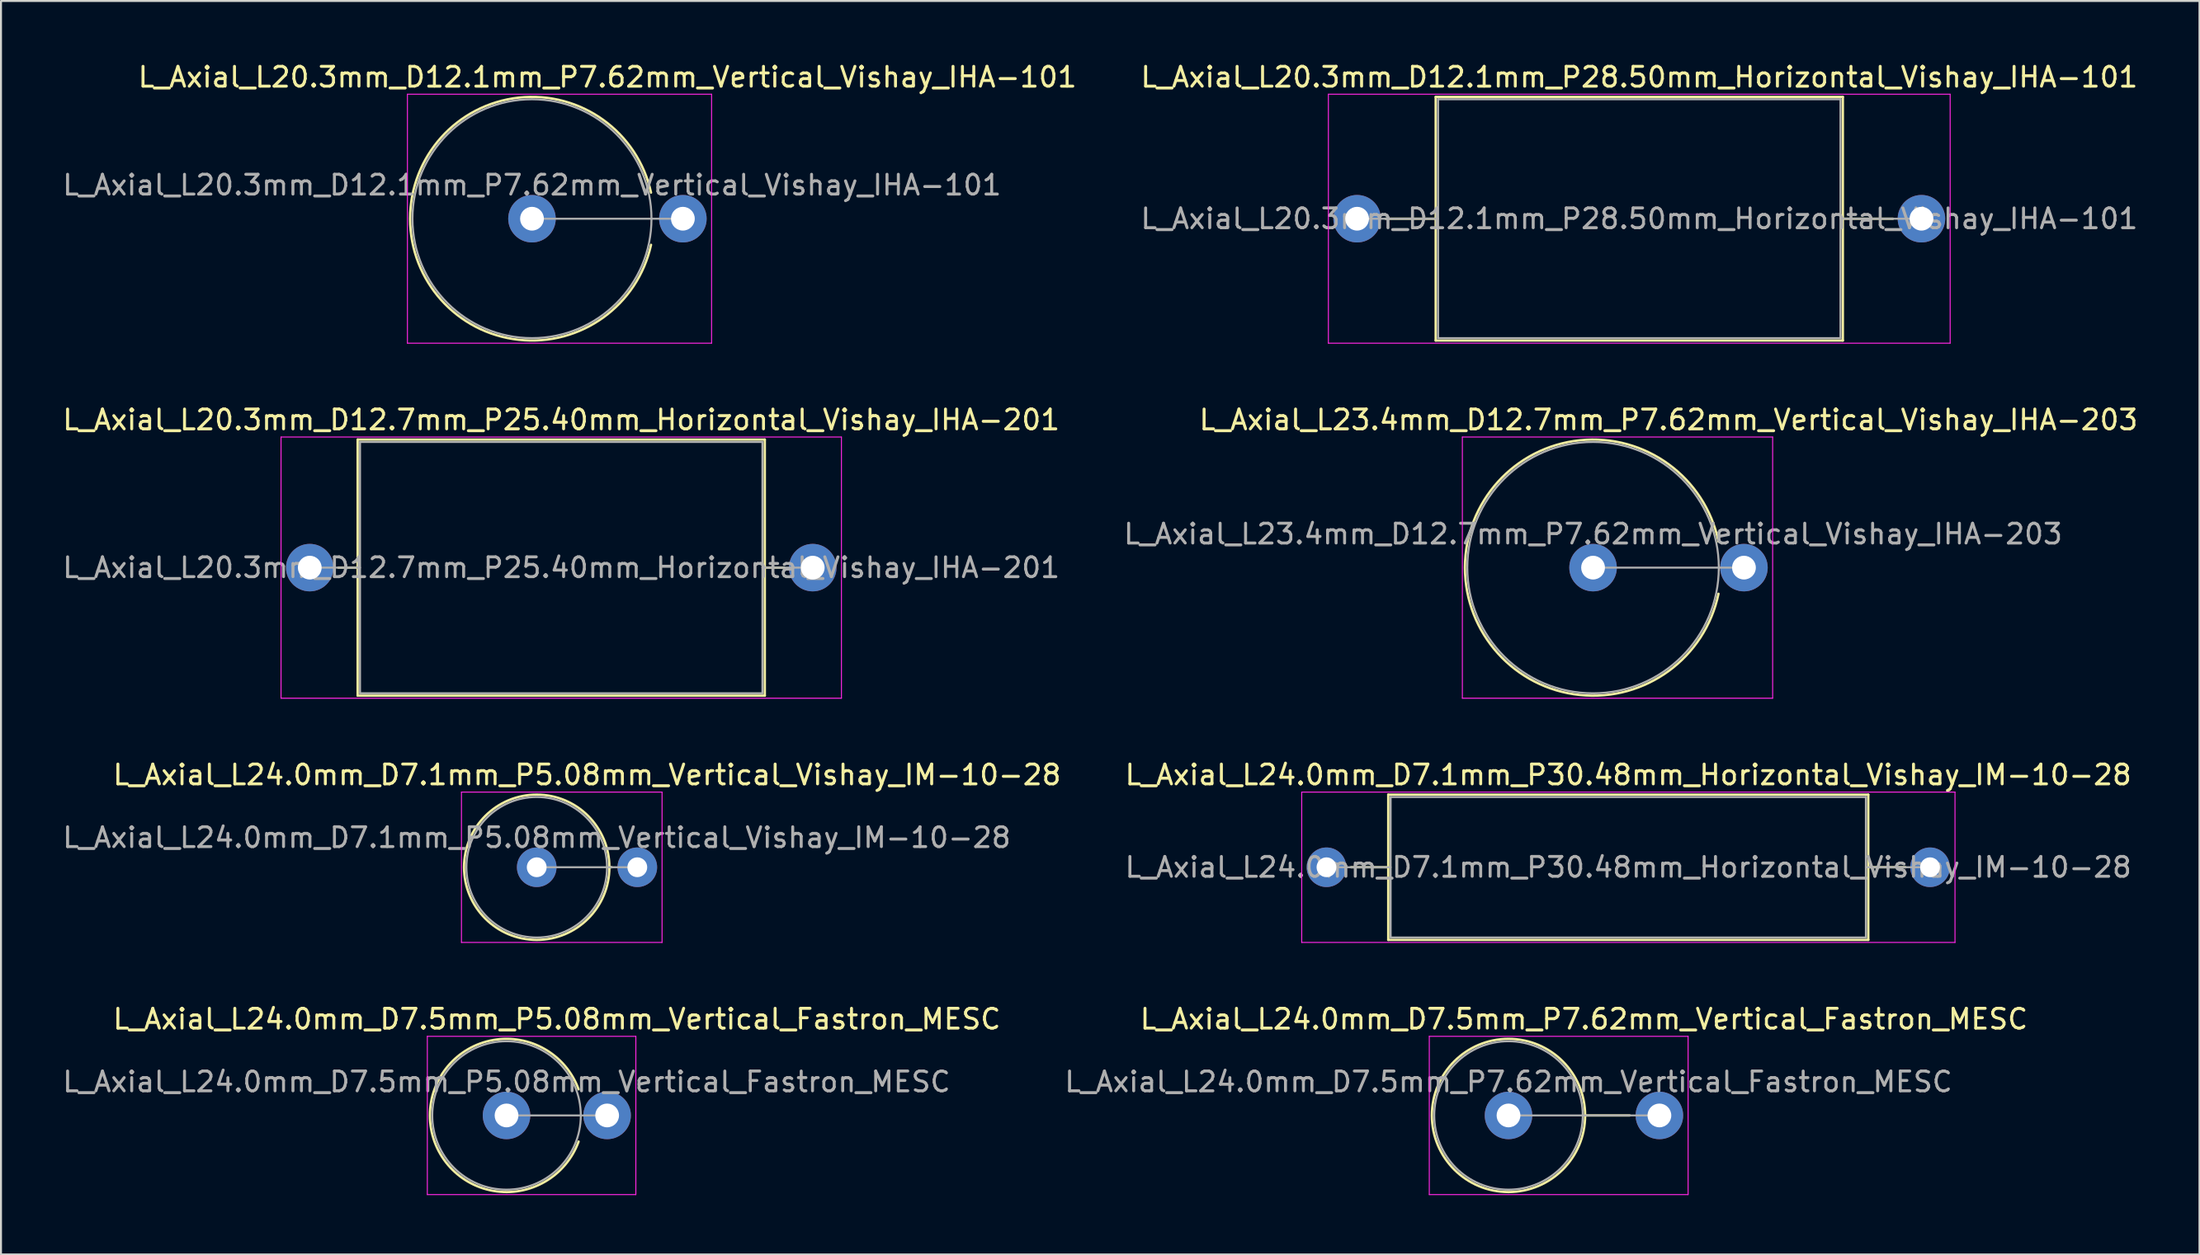
<source format=kicad_pcb>
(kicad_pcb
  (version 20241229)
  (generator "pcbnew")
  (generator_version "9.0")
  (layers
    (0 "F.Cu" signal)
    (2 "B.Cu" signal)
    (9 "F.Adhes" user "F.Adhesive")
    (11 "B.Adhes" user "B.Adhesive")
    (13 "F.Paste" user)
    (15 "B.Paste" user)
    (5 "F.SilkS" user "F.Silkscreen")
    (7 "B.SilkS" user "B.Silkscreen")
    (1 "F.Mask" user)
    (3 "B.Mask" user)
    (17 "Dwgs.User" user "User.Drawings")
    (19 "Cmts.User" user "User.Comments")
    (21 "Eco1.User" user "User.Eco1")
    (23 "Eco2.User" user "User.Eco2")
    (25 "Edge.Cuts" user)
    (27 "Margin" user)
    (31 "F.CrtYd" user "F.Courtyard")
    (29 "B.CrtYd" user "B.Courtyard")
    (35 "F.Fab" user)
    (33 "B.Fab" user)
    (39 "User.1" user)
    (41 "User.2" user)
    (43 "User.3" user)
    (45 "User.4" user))
  (footprint "L_Axial_L20.3mm_D12.7mm_P25.40mm_Horizontal_Vishay_IHA-201"
    (layer "F.Cu")
    (at 12.592 25.637)
    (property "Reference" "L_Axial_L20.3mm_D12.7mm_P25.40mm_Horizontal_Vishay_IHA-201" (at 12.7 -7.47 0) (layer "F.SilkS") (effects (font (size 1 1) (thickness 0.15))))
    (attr through_hole)
    (fp_line (start 1.44 0) (end 2.42 0) (stroke (width 0.12) (type solid)) (layer "F.SilkS"))
    (fp_line (start 2.42 -6.47) (end 2.42 6.47) (stroke (width 0.12) (type solid)) (layer "F.SilkS"))
    (fp_line (start 2.42 6.47) (end 22.98 6.47) (stroke (width 0.12) (type solid)) (layer "F.SilkS"))
    (fp_line (start 22.98 -6.47) (end 2.42 -6.47) (stroke (width 0.12) (type solid)) (layer "F.SilkS"))
    (fp_line (start 22.98 6.47) (end 22.98 -6.47) (stroke (width 0.12) (type solid)) (layer "F.SilkS"))
    (fp_line (start 23.96 0) (end 22.98 0) (stroke (width 0.12) (type solid)) (layer "F.SilkS"))
    (fp_line (start -1.45 -6.6) (end -1.45 6.6) (stroke (width 0.05) (type solid)) (layer "F.CrtYd"))
    (fp_line (start -1.45 6.6) (end 26.85 6.6) (stroke (width 0.05) (type solid)) (layer "F.CrtYd"))
    (fp_line (start 26.85 -6.6) (end -1.45 -6.6) (stroke (width 0.05) (type solid)) (layer "F.CrtYd"))
    (fp_line (start 26.85 6.6) (end 26.85 -6.6) (stroke (width 0.05) (type solid)) (layer "F.CrtYd"))
    (fp_line (start 0 0) (end 2.54 0) (stroke (width 0.1) (type solid)) (layer "F.Fab"))
    (fp_line (start 2.54 -6.35) (end 2.54 6.35) (stroke (width 0.1) (type solid)) (layer "F.Fab"))
    (fp_line (start 2.54 6.35) (end 22.86 6.35) (stroke (width 0.1) (type solid)) (layer "F.Fab"))
    (fp_line (start 22.86 -6.35) (end 2.54 -6.35) (stroke (width 0.1) (type solid)) (layer "F.Fab"))
    (fp_line (start 22.86 6.35) (end 22.86 -6.35) (stroke (width 0.1) (type solid)) (layer "F.Fab"))
    (fp_line (start 25.4 0) (end 22.86 0) (stroke (width 0.1) (type solid)) (layer "F.Fab"))
    (fp_text user "${REFERENCE}" (at 12.7 0 0) (layer "F.Fab") (effects (font (size 1 1) (thickness 0.15))))
    (pad "1" thru_hole circle (at 0 0) (size 2.4 2.4) (drill 1.2) (layers "*.Cu" "*.Mask"))
    (pad "2" thru_hole oval (at 25.4 0) (size 2.4 2.4) (drill 1.2) (layers "*.Cu" "*.Mask")))
  (footprint "L_Axial_L24.0mm_D7.5mm_P7.62mm_Vertical_Fastron_MESC"
    (layer "F.Cu")
    (at 73.129 53.323)
    (property "Reference" "L_Axial_L24.0mm_D7.5mm_P7.62mm_Vertical_Fastron_MESC" (at 3.81 -4.87 0) (layer "F.SilkS") (effects (font (size 1 1) (thickness 0.15))))
    (attr through_hole)
    (fp_line (start 3.87 0) (end 6.12 0) (stroke (width 0.12) (type solid)) (layer "F.SilkS"))
    (fp_circle (center 0 0) (end 3.87 0) (stroke (width 0.12) (type solid)) (fill no) (layer "F.SilkS"))
    (fp_line (start -4 -4) (end -4 4) (stroke (width 0.05) (type solid)) (layer "F.CrtYd"))
    (fp_line (start -4 4) (end 9.07 4) (stroke (width 0.05) (type solid)) (layer "F.CrtYd"))
    (fp_line (start 9.07 -4) (end -4 -4) (stroke (width 0.05) (type solid)) (layer "F.CrtYd"))
    (fp_line (start 9.07 4) (end 9.07 -4) (stroke (width 0.05) (type solid)) (layer "F.CrtYd"))
    (fp_line (start 0 0) (end 7.62 0) (stroke (width 0.1) (type solid)) (layer "F.Fab"))
    (fp_circle (center 0 0) (end 3.75 0) (stroke (width 0.1) (type solid)) (fill no) (layer "F.Fab"))
    (fp_text user "${REFERENCE}" (at 0 -1.7 0) (layer "F.Fab") (effects (font (size 1 1) (thickness 0.15))))
    (pad "1" thru_hole circle (at 0 0) (size 2.4 2.4) (drill 1.2) (layers "*.Cu" "*.Mask"))
    (pad "2" thru_hole oval (at 7.62 0) (size 2.4 2.4) (drill 1.2) (layers "*.Cu" "*.Mask")))
  (footprint "L_Axial_L24.0mm_D7.1mm_P5.08mm_Vertical_Vishay_IM-10-28"
    (layer "F.Cu")
    (at 24.054 40.78)
    (property "Reference" "L_Axial_L24.0mm_D7.1mm_P5.08mm_Vertical_Vishay_IM-10-28" (at 2.54 -4.67 0) (layer "F.SilkS") (effects (font (size 1 1) (thickness 0.15))))
    (attr through_hole)
    (fp_line (start 3.67 0) (end 3.78 0) (stroke (width 0.12) (type solid)) (layer "F.SilkS"))
    (fp_circle (center 0 0) (end 3.67 0) (stroke (width 0.12) (type solid)) (fill no) (layer "F.SilkS"))
    (fp_line (start -3.8 -3.8) (end -3.8 3.8) (stroke (width 0.05) (type solid)) (layer "F.CrtYd"))
    (fp_line (start -3.8 3.8) (end 6.33 3.8) (stroke (width 0.05) (type solid)) (layer "F.CrtYd"))
    (fp_line (start 6.33 -3.8) (end -3.8 -3.8) (stroke (width 0.05) (type solid)) (layer "F.CrtYd"))
    (fp_line (start 6.33 3.8) (end 6.33 -3.8) (stroke (width 0.05) (type solid)) (layer "F.CrtYd"))
    (fp_line (start 0 0) (end 5.08 0) (stroke (width 0.1) (type solid)) (layer "F.Fab"))
    (fp_circle (center 0 0) (end 3.55 0) (stroke (width 0.1) (type solid)) (fill no) (layer "F.Fab"))
    (fp_text user "${REFERENCE}" (at 0 -1.5 0) (layer "F.Fab") (effects (font (size 1 1) (thickness 0.15))))
    (pad "1" thru_hole circle (at 0 0) (size 2 2) (drill 1) (layers "*.Cu" "*.Mask"))
    (pad "2" thru_hole oval (at 5.08 0) (size 2 2) (drill 1) (layers "*.Cu" "*.Mask")))
  (footprint "L_Axial_L24.0mm_D7.5mm_P5.08mm_Vertical_Fastron_MESC"
    (layer "F.Cu")
    (at 22.53 53.323)
    (property "Reference" "L_Axial_L24.0mm_D7.5mm_P5.08mm_Vertical_Fastron_MESC" (at 2.54 -4.87 0) (layer "F.SilkS") (effects (font (size 1 1) (thickness 0.15))))
    (attr through_hole)
    (fp_arc (start 3.637925 1.32) (mid -3.87 0) (end 3.637925 -1.32) (stroke (width 0.12) (type solid)) (layer "F.SilkS"))
    (fp_line (start -4 -4) (end -4 4) (stroke (width 0.05) (type solid)) (layer "F.CrtYd"))
    (fp_line (start -4 4) (end 6.53 4) (stroke (width 0.05) (type solid)) (layer "F.CrtYd"))
    (fp_line (start 6.53 -4) (end -4 -4) (stroke (width 0.05) (type solid)) (layer "F.CrtYd"))
    (fp_line (start 6.53 4) (end 6.53 -4) (stroke (width 0.05) (type solid)) (layer "F.CrtYd"))
    (fp_line (start 0 0) (end 5.08 0) (stroke (width 0.1) (type solid)) (layer "F.Fab"))
    (fp_circle (center 0 0) (end 3.75 0) (stroke (width 0.1) (type solid)) (fill no) (layer "F.Fab"))
    (fp_text user "${REFERENCE}" (at 0 -1.7 0) (layer "F.Fab") (effects (font (size 1 1) (thickness 0.15))))
    (pad "1" thru_hole circle (at 0 0) (size 2.4 2.4) (drill 1.2) (layers "*.Cu" "*.Mask"))
    (pad "2" thru_hole oval (at 5.08 0) (size 2.4 2.4) (drill 1.2) (layers "*.Cu" "*.Mask")))
  (footprint "L_Axial_L23.4mm_D12.7mm_P7.62mm_Vertical_Vishay_IHA-203"
    (layer "F.Cu")
    (at 77.399 25.637)
    (property "Reference" "L_Axial_L23.4mm_D12.7mm_P7.62mm_Vertical_Vishay_IHA-203" (at 3.81 -7.47 0) (layer "F.SilkS") (effects (font (size 1 1) (thickness 0.15))))
    (attr through_hole)
    (fp_arc (start 6.333917 1.32) (mid -6.47 0) (end 6.333917 -1.32) (stroke (width 0.12) (type solid)) (layer "F.SilkS"))
    (fp_line (start -6.6 -6.6) (end -6.6 6.6) (stroke (width 0.05) (type solid)) (layer "F.CrtYd"))
    (fp_line (start -6.6 6.6) (end 9.07 6.6) (stroke (width 0.05) (type solid)) (layer "F.CrtYd"))
    (fp_line (start 9.07 -6.6) (end -6.6 -6.6) (stroke (width 0.05) (type solid)) (layer "F.CrtYd"))
    (fp_line (start 9.07 6.6) (end 9.07 -6.6) (stroke (width 0.05) (type solid)) (layer "F.CrtYd"))
    (fp_line (start 0 0) (end 7.62 0) (stroke (width 0.1) (type solid)) (layer "F.Fab"))
    (fp_circle (center 0 0) (end 6.35 0) (stroke (width 0.1) (type solid)) (fill no) (layer "F.Fab"))
    (fp_text user "${REFERENCE}" (at 0 -1.7 0) (layer "F.Fab") (effects (font (size 1 1) (thickness 0.15))))
    (pad "1" thru_hole circle (at 0 0) (size 2.4 2.4) (drill 1.2) (layers "*.Cu" "*.Mask"))
    (pad "2" thru_hole oval (at 7.62 0) (size 2.4 2.4) (drill 1.2) (layers "*.Cu" "*.Mask")))
  (footprint "L_Axial_L20.3mm_D12.1mm_P7.62mm_Vertical_Vishay_IHA-101"
    (layer "F.Cu")
    (at 23.815 8.003)
    (property "Reference" "L_Axial_L20.3mm_D12.1mm_P7.62mm_Vertical_Vishay_IHA-101" (at 3.81 -7.155 0) (layer "F.SilkS") (effects (font (size 1 1) (thickness 0.15))))
    (attr through_hole)
    (fp_arc (start 6.01179 1.32) (mid -6.155 0) (end 6.01179 -1.32) (stroke (width 0.12) (type solid)) (layer "F.SilkS"))
    (fp_line (start -6.29 -6.29) (end -6.29 6.29) (stroke (width 0.05) (type solid)) (layer "F.CrtYd"))
    (fp_line (start -6.29 6.29) (end 9.07 6.29) (stroke (width 0.05) (type solid)) (layer "F.CrtYd"))
    (fp_line (start 9.07 -6.29) (end -6.29 -6.29) (stroke (width 0.05) (type solid)) (layer "F.CrtYd"))
    (fp_line (start 9.07 6.29) (end 9.07 -6.29) (stroke (width 0.05) (type solid)) (layer "F.CrtYd"))
    (fp_line (start 0 0) (end 7.62 0) (stroke (width 0.1) (type solid)) (layer "F.Fab"))
    (fp_circle (center 0 0) (end 6.035 0) (stroke (width 0.1) (type solid)) (fill no) (layer "F.Fab"))
    (fp_text user "${REFERENCE}" (at 0 -1.7 0) (layer "F.Fab") (effects (font (size 1 1) (thickness 0.15))))
    (pad "1" thru_hole circle (at 0 0) (size 2.4 2.4) (drill 1.2) (layers "*.Cu" "*.Mask"))
    (pad "2" thru_hole oval (at 7.62 0) (size 2.4 2.4) (drill 1.2) (layers "*.Cu" "*.Mask")))
  (footprint "L_Axial_L24.0mm_D7.1mm_P30.48mm_Horizontal_Vishay_IM-10-28"
    (layer "F.Cu")
    (at 63.937 40.78)
    (property "Reference" "L_Axial_L24.0mm_D7.1mm_P30.48mm_Horizontal_Vishay_IM-10-28" (at 15.24 -4.67 0) (layer "F.SilkS") (effects (font (size 1 1) (thickness 0.15))))
    (attr through_hole)
    (fp_line (start 1.24 0) (end 3.12 0) (stroke (width 0.12) (type solid)) (layer "F.SilkS"))
    (fp_line (start 3.12 -3.67) (end 3.12 3.67) (stroke (width 0.12) (type solid)) (layer "F.SilkS"))
    (fp_line (start 3.12 3.67) (end 27.36 3.67) (stroke (width 0.12) (type solid)) (layer "F.SilkS"))
    (fp_line (start 27.36 -3.67) (end 3.12 -3.67) (stroke (width 0.12) (type solid)) (layer "F.SilkS"))
    (fp_line (start 27.36 3.67) (end 27.36 -3.67) (stroke (width 0.12) (type solid)) (layer "F.SilkS"))
    (fp_line (start 29.24 0) (end 27.36 0) (stroke (width 0.12) (type solid)) (layer "F.SilkS"))
    (fp_line (start -1.25 -3.8) (end -1.25 3.8) (stroke (width 0.05) (type solid)) (layer "F.CrtYd"))
    (fp_line (start -1.25 3.8) (end 31.74 3.8) (stroke (width 0.05) (type solid)) (layer "F.CrtYd"))
    (fp_line (start 31.74 -3.8) (end -1.25 -3.8) (stroke (width 0.05) (type solid)) (layer "F.CrtYd"))
    (fp_line (start 31.74 3.8) (end 31.74 -3.8) (stroke (width 0.05) (type solid)) (layer "F.CrtYd"))
    (fp_line (start 0 0) (end 3.24 0) (stroke (width 0.1) (type solid)) (layer "F.Fab"))
    (fp_line (start 3.24 -3.55) (end 3.24 3.55) (stroke (width 0.1) (type solid)) (layer "F.Fab"))
    (fp_line (start 3.24 3.55) (end 27.24 3.55) (stroke (width 0.1) (type solid)) (layer "F.Fab"))
    (fp_line (start 27.24 -3.55) (end 3.24 -3.55) (stroke (width 0.1) (type solid)) (layer "F.Fab"))
    (fp_line (start 27.24 3.55) (end 27.24 -3.55) (stroke (width 0.1) (type solid)) (layer "F.Fab"))
    (fp_line (start 30.48 0) (end 27.24 0) (stroke (width 0.1) (type solid)) (layer "F.Fab"))
    (fp_text user "${REFERENCE}" (at 15.24 0 0) (layer "F.Fab") (effects (font (size 1 1) (thickness 0.15))))
    (pad "1" thru_hole circle (at 0 0) (size 2 2) (drill 1) (layers "*.Cu" "*.Mask"))
    (pad "2" thru_hole oval (at 30.48 0) (size 2 2) (drill 1) (layers "*.Cu" "*.Mask")))
  (footprint "L_Axial_L20.3mm_D12.1mm_P28.50mm_Horizontal_Vishay_IHA-101"
    (layer "F.Cu")
    (at 65.483 8.003)
    (property "Reference" "L_Axial_L20.3mm_D12.1mm_P28.50mm_Horizontal_Vishay_IHA-101" (at 14.25 -7.155 0) (layer "F.SilkS") (effects (font (size 1 1) (thickness 0.15))))
    (attr through_hole)
    (fp_line (start 1.44 0) (end 3.97 0) (stroke (width 0.12) (type solid)) (layer "F.SilkS"))
    (fp_line (start 3.97 -6.155) (end 3.97 6.155) (stroke (width 0.12) (type solid)) (layer "F.SilkS"))
    (fp_line (start 3.97 6.155) (end 24.53 6.155) (stroke (width 0.12) (type solid)) (layer "F.SilkS"))
    (fp_line (start 24.53 -6.155) (end 3.97 -6.155) (stroke (width 0.12) (type solid)) (layer "F.SilkS"))
    (fp_line (start 24.53 6.155) (end 24.53 -6.155) (stroke (width 0.12) (type solid)) (layer "F.SilkS"))
    (fp_line (start 27.06 0) (end 24.53 0) (stroke (width 0.12) (type solid)) (layer "F.SilkS"))
    (fp_line (start -1.45 -6.29) (end -1.45 6.29) (stroke (width 0.05) (type solid)) (layer "F.CrtYd"))
    (fp_line (start -1.45 6.29) (end 29.95 6.29) (stroke (width 0.05) (type solid)) (layer "F.CrtYd"))
    (fp_line (start 29.95 -6.29) (end -1.45 -6.29) (stroke (width 0.05) (type solid)) (layer "F.CrtYd"))
    (fp_line (start 29.95 6.29) (end 29.95 -6.29) (stroke (width 0.05) (type solid)) (layer "F.CrtYd"))
    (fp_line (start 0 0) (end 4.09 0) (stroke (width 0.1) (type solid)) (layer "F.Fab"))
    (fp_line (start 4.09 -6.035) (end 4.09 6.035) (stroke (width 0.1) (type solid)) (layer "F.Fab"))
    (fp_line (start 4.09 6.035) (end 24.41 6.035) (stroke (width 0.1) (type solid)) (layer "F.Fab"))
    (fp_line (start 24.41 -6.035) (end 4.09 -6.035) (stroke (width 0.1) (type solid)) (layer "F.Fab"))
    (fp_line (start 24.41 6.035) (end 24.41 -6.035) (stroke (width 0.1) (type solid)) (layer "F.Fab"))
    (fp_line (start 28.5 0) (end 24.41 0) (stroke (width 0.1) (type solid)) (layer "F.Fab"))
    (fp_text user "${REFERENCE}" (at 14.25 0 0) (layer "F.Fab") (effects (font (size 1 1) (thickness 0.15))))
    (pad "1" thru_hole circle (at 0 0) (size 2.4 2.4) (drill 1.2) (layers "*.Cu" "*.Mask"))
    (pad "2" thru_hole oval (at 28.5 0) (size 2.4 2.4) (drill 1.2) (layers "*.Cu" "*.Mask")))
  (gr_rect
    (start -3 -3)
    (end 108.024 60.348)
    (stroke (width 0.1) (type default))
    (fill no)
    (layer "Edge.Cuts")))
</source>
